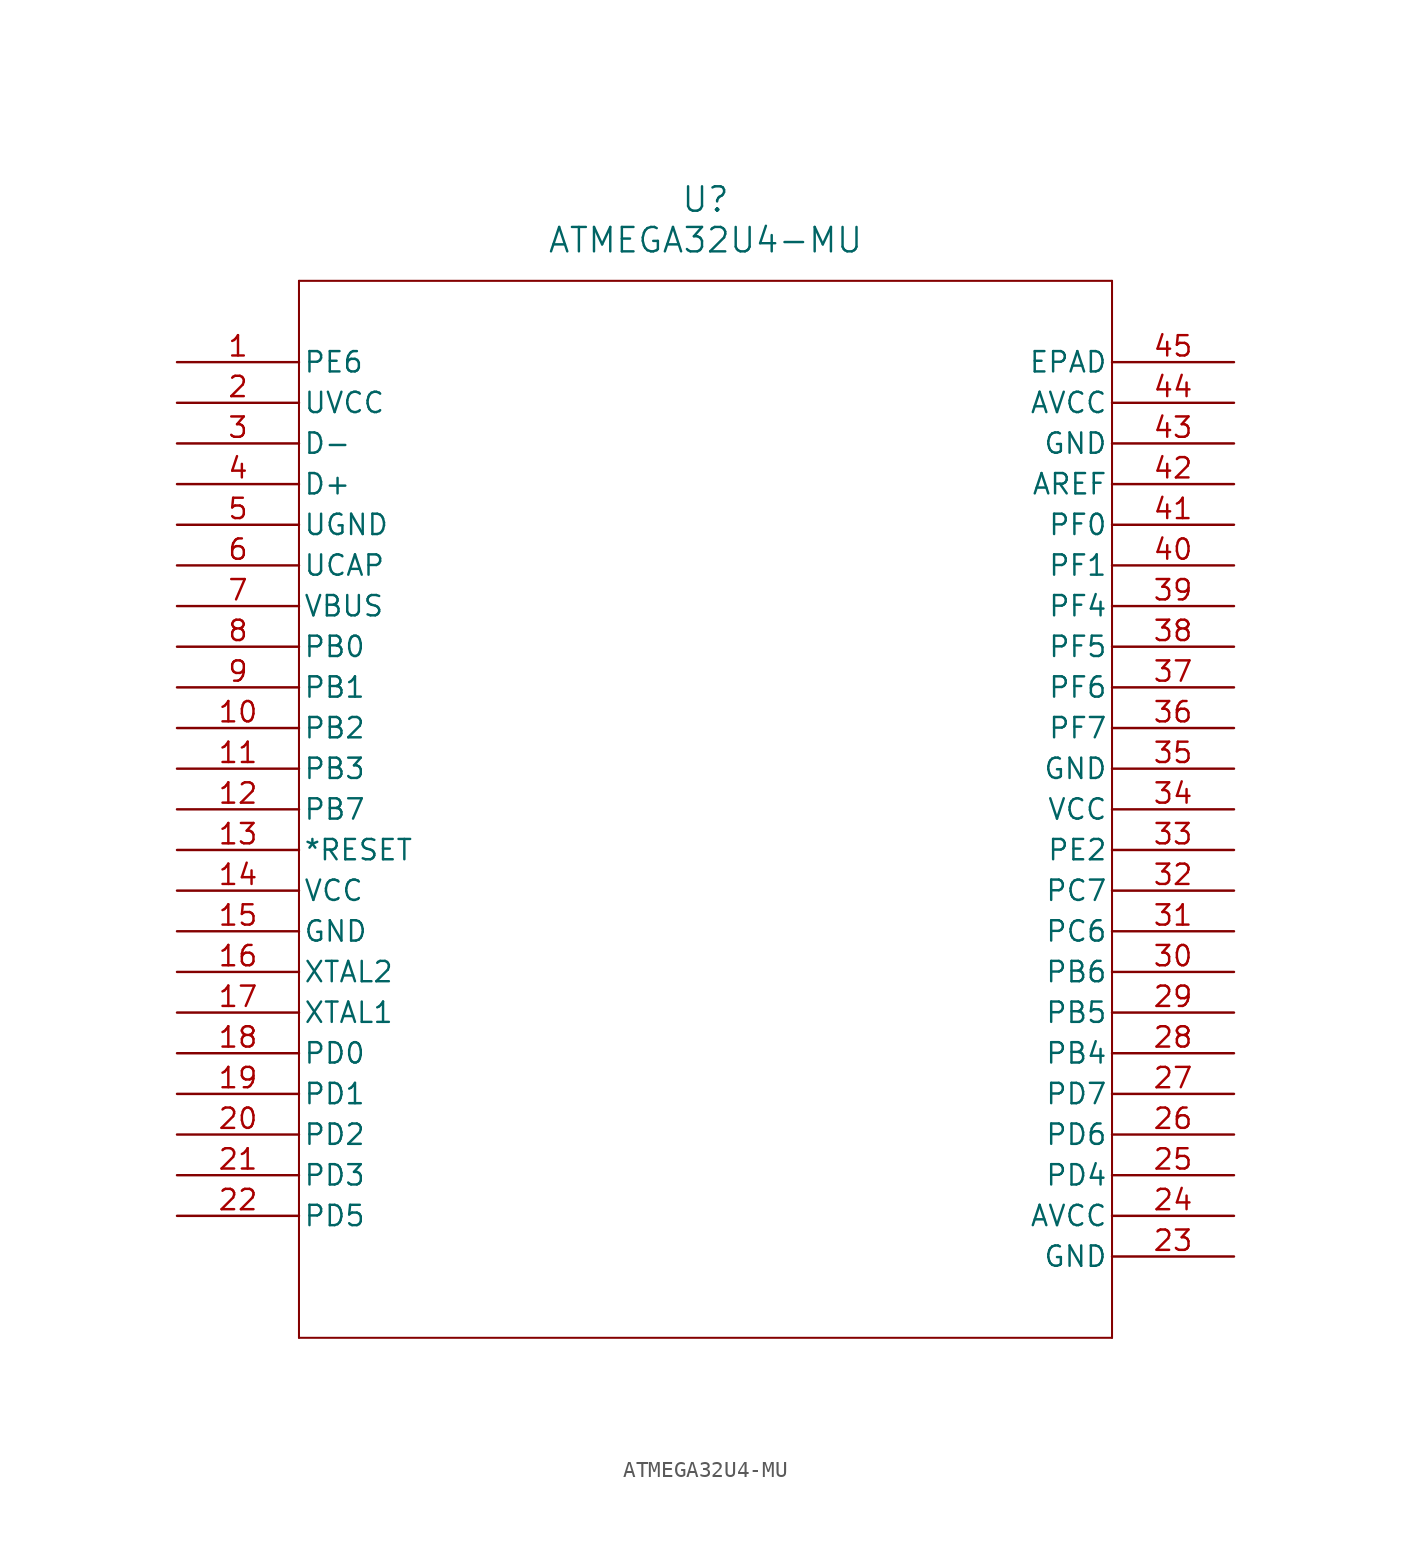
<source format=kicad_sym>
(kicad_symbol_lib
  (version 20211014)
  (generator kicad_symbol_editor)
  (symbol "ATMEGA32U4-MU"
    (pin_names
      (offset 0.254))
    (property "Reference" "U"
      (at 33.02 10.16 0)
      (effects (font (size 1.524 1.524))))
    (property "Value" "ATMEGA32U4-MU"
      (at 33.02 7.62 0)
      (effects (font (size 1.524 1.524))))
    (symbol "ATMEGA32U4-MU_0_1"
      (polyline (pts (xy 7.62 5.08) (xy 7.62 -60.96)) (stroke (width 0.127) (type default) (color 0 0 0 0)) (fill (type none)))
      (polyline (pts (xy 7.62 -60.96) (xy 58.42 -60.96)) (stroke (width 0.127) (type default) (color 0 0 0 0)) (fill (type none)))
      (polyline (pts (xy 58.42 -60.96) (xy 58.42 5.08)) (stroke (width 0.127) (type default) (color 0 0 0 0)) (fill (type none)))
      (polyline (pts (xy 58.42 5.08) (xy 7.62 5.08)) (stroke (width 0.127) (type default) (color 0 0 0 0)) (fill (type none)))
      (pin bidirectional line (at 0 0 0) (length 7.62) (name "PE6" (effects (font (size 1.27 1.27)))) (number "1" (effects (font (size 1.27 1.27)))))
      (pin power_in line (at 0 -2.54 0) (length 7.62) (name "UVCC" (effects (font (size 1.27 1.27)))) (number "2" (effects (font (size 1.27 1.27)))))
      (pin unspecified line (at 0 -5.08 0) (length 7.62) (name "D-" (effects (font (size 1.27 1.27)))) (number "3" (effects (font (size 1.27 1.27)))))
      (pin unspecified line (at 0 -7.62 0) (length 7.62) (name "D+" (effects (font (size 1.27 1.27)))) (number "4" (effects (font (size 1.27 1.27)))))
      (pin power_in line (at 0 -10.16 0) (length 7.62) (name "UGND" (effects (font (size 1.27 1.27)))) (number "5" (effects (font (size 1.27 1.27)))))
      (pin output line (at 0 -12.7 0) (length 7.62) (name "UCAP" (effects (font (size 1.27 1.27)))) (number "6" (effects (font (size 1.27 1.27)))))
      (pin input line (at 0 -15.24 0) (length 7.62) (name "VBUS" (effects (font (size 1.27 1.27)))) (number "7" (effects (font (size 1.27 1.27)))))
      (pin bidirectional line (at 0 -17.78 0) (length 7.62) (name "PB0" (effects (font (size 1.27 1.27)))) (number "8" (effects (font (size 1.27 1.27)))))
      (pin bidirectional line (at 0 -20.32 0) (length 7.62) (name "PB1" (effects (font (size 1.27 1.27)))) (number "9" (effects (font (size 1.27 1.27)))))
      (pin bidirectional line (at 0 -22.86 0) (length 7.62) (name "PB2" (effects (font (size 1.27 1.27)))) (number "10" (effects (font (size 1.27 1.27)))))
      (pin bidirectional line (at 0 -25.4 0) (length 7.62) (name "PB3" (effects (font (size 1.27 1.27)))) (number "11" (effects (font (size 1.27 1.27)))))
      (pin bidirectional line (at 0 -27.94 0) (length 7.62) (name "PB7" (effects (font (size 1.27 1.27)))) (number "12" (effects (font (size 1.27 1.27)))))
      (pin input line (at 0 -30.48 0) (length 7.62) (name "*RESET" (effects (font (size 1.27 1.27)))) (number "13" (effects (font (size 1.27 1.27)))))
      (pin power_in line (at 0 -33.02 0) (length 7.62) (name "VCC" (effects (font (size 1.27 1.27)))) (number "14" (effects (font (size 1.27 1.27)))))
      (pin power_in line (at 0 -35.56 0) (length 7.62) (name "GND" (effects (font (size 1.27 1.27)))) (number "15" (effects (font (size 1.27 1.27)))))
      (pin output line (at 0 -38.1 0) (length 7.62) (name "XTAL2" (effects (font (size 1.27 1.27)))) (number "16" (effects (font (size 1.27 1.27)))))
      (pin input line (at 0 -40.64 0) (length 7.62) (name "XTAL1" (effects (font (size 1.27 1.27)))) (number "17" (effects (font (size 1.27 1.27)))))
      (pin bidirectional line (at 0 -43.18 0) (length 7.62) (name "PD0" (effects (font (size 1.27 1.27)))) (number "18" (effects (font (size 1.27 1.27)))))
      (pin bidirectional line (at 0 -45.72 0) (length 7.62) (name "PD1" (effects (font (size 1.27 1.27)))) (number "19" (effects (font (size 1.27 1.27)))))
      (pin bidirectional line (at 0 -48.26 0) (length 7.62) (name "PD2" (effects (font (size 1.27 1.27)))) (number "20" (effects (font (size 1.27 1.27)))))
      (pin bidirectional line (at 0 -50.8 0) (length 7.62) (name "PD3" (effects (font (size 1.27 1.27)))) (number "21" (effects (font (size 1.27 1.27)))))
      (pin bidirectional line (at 0 -53.34 0) (length 7.62) (name "PD5" (effects (font (size 1.27 1.27)))) (number "22" (effects (font (size 1.27 1.27)))))
      (pin power_in line (at 66.04 -55.88 180) (length 7.62) (name "GND" (effects (font (size 1.27 1.27)))) (number "23" (effects (font (size 1.27 1.27)))))
      (pin power_in line (at 66.04 -53.34 180) (length 7.62) (name "AVCC" (effects (font (size 1.27 1.27)))) (number "24" (effects (font (size 1.27 1.27)))))
      (pin bidirectional line (at 66.04 -50.8 180) (length 7.62) (name "PD4" (effects (font (size 1.27 1.27)))) (number "25" (effects (font (size 1.27 1.27)))))
      (pin bidirectional line (at 66.04 -48.26 180) (length 7.62) (name "PD6" (effects (font (size 1.27 1.27)))) (number "26" (effects (font (size 1.27 1.27)))))
      (pin bidirectional line (at 66.04 -45.72 180) (length 7.62) (name "PD7" (effects (font (size 1.27 1.27)))) (number "27" (effects (font (size 1.27 1.27)))))
      (pin bidirectional line (at 66.04 -43.18 180) (length 7.62) (name "PB4" (effects (font (size 1.27 1.27)))) (number "28" (effects (font (size 1.27 1.27)))))
      (pin bidirectional line (at 66.04 -40.64 180) (length 7.62) (name "PB5" (effects (font (size 1.27 1.27)))) (number "29" (effects (font (size 1.27 1.27)))))
      (pin bidirectional line (at 66.04 -38.1 180) (length 7.62) (name "PB6" (effects (font (size 1.27 1.27)))) (number "30" (effects (font (size 1.27 1.27)))))
      (pin bidirectional line (at 66.04 -35.56 180) (length 7.62) (name "PC6" (effects (font (size 1.27 1.27)))) (number "31" (effects (font (size 1.27 1.27)))))
      (pin bidirectional line (at 66.04 -33.02 180) (length 7.62) (name "PC7" (effects (font (size 1.27 1.27)))) (number "32" (effects (font (size 1.27 1.27)))))
      (pin bidirectional line (at 66.04 -30.48 180) (length 7.62) (name "PE2" (effects (font (size 1.27 1.27)))) (number "33" (effects (font (size 1.27 1.27)))))
      (pin power_in line (at 66.04 -27.94 180) (length 7.62) (name "VCC" (effects (font (size 1.27 1.27)))) (number "34" (effects (font (size 1.27 1.27)))))
      (pin power_in line (at 66.04 -25.4 180) (length 7.62) (name "GND" (effects (font (size 1.27 1.27)))) (number "35" (effects (font (size 1.27 1.27)))))
      (pin bidirectional line (at 66.04 -22.86 180) (length 7.62) (name "PF7" (effects (font (size 1.27 1.27)))) (number "36" (effects (font (size 1.27 1.27)))))
      (pin bidirectional line (at 66.04 -20.32 180) (length 7.62) (name "PF6" (effects (font (size 1.27 1.27)))) (number "37" (effects (font (size 1.27 1.27)))))
      (pin bidirectional line (at 66.04 -17.78 180) (length 7.62) (name "PF5" (effects (font (size 1.27 1.27)))) (number "38" (effects (font (size 1.27 1.27)))))
      (pin bidirectional line (at 66.04 -15.24 180) (length 7.62) (name "PF4" (effects (font (size 1.27 1.27)))) (number "39" (effects (font (size 1.27 1.27)))))
      (pin bidirectional line (at 66.04 -12.7 180) (length 7.62) (name "PF1" (effects (font (size 1.27 1.27)))) (number "40" (effects (font (size 1.27 1.27)))))
      (pin bidirectional line (at 66.04 -10.16 180) (length 7.62) (name "PF0" (effects (font (size 1.27 1.27)))) (number "41" (effects (font (size 1.27 1.27)))))
      (pin input line (at 66.04 -7.62 180) (length 7.62) (name "AREF" (effects (font (size 1.27 1.27)))) (number "42" (effects (font (size 1.27 1.27)))))
      (pin power_in line (at 66.04 -5.08 180) (length 7.62) (name "GND" (effects (font (size 1.27 1.27)))) (number "43" (effects (font (size 1.27 1.27)))))
      (pin power_in line (at 66.04 -2.54 180) (length 7.62) (name "AVCC" (effects (font (size 1.27 1.27)))) (number "44" (effects (font (size 1.27 1.27)))))
      (pin unspecified line (at 66.04 0 180) (length 7.62) (name "EPAD" (effects (font (size 1.27 1.27)))) (number "45" (effects (font (size 1.27 1.27))))))))
</source>
